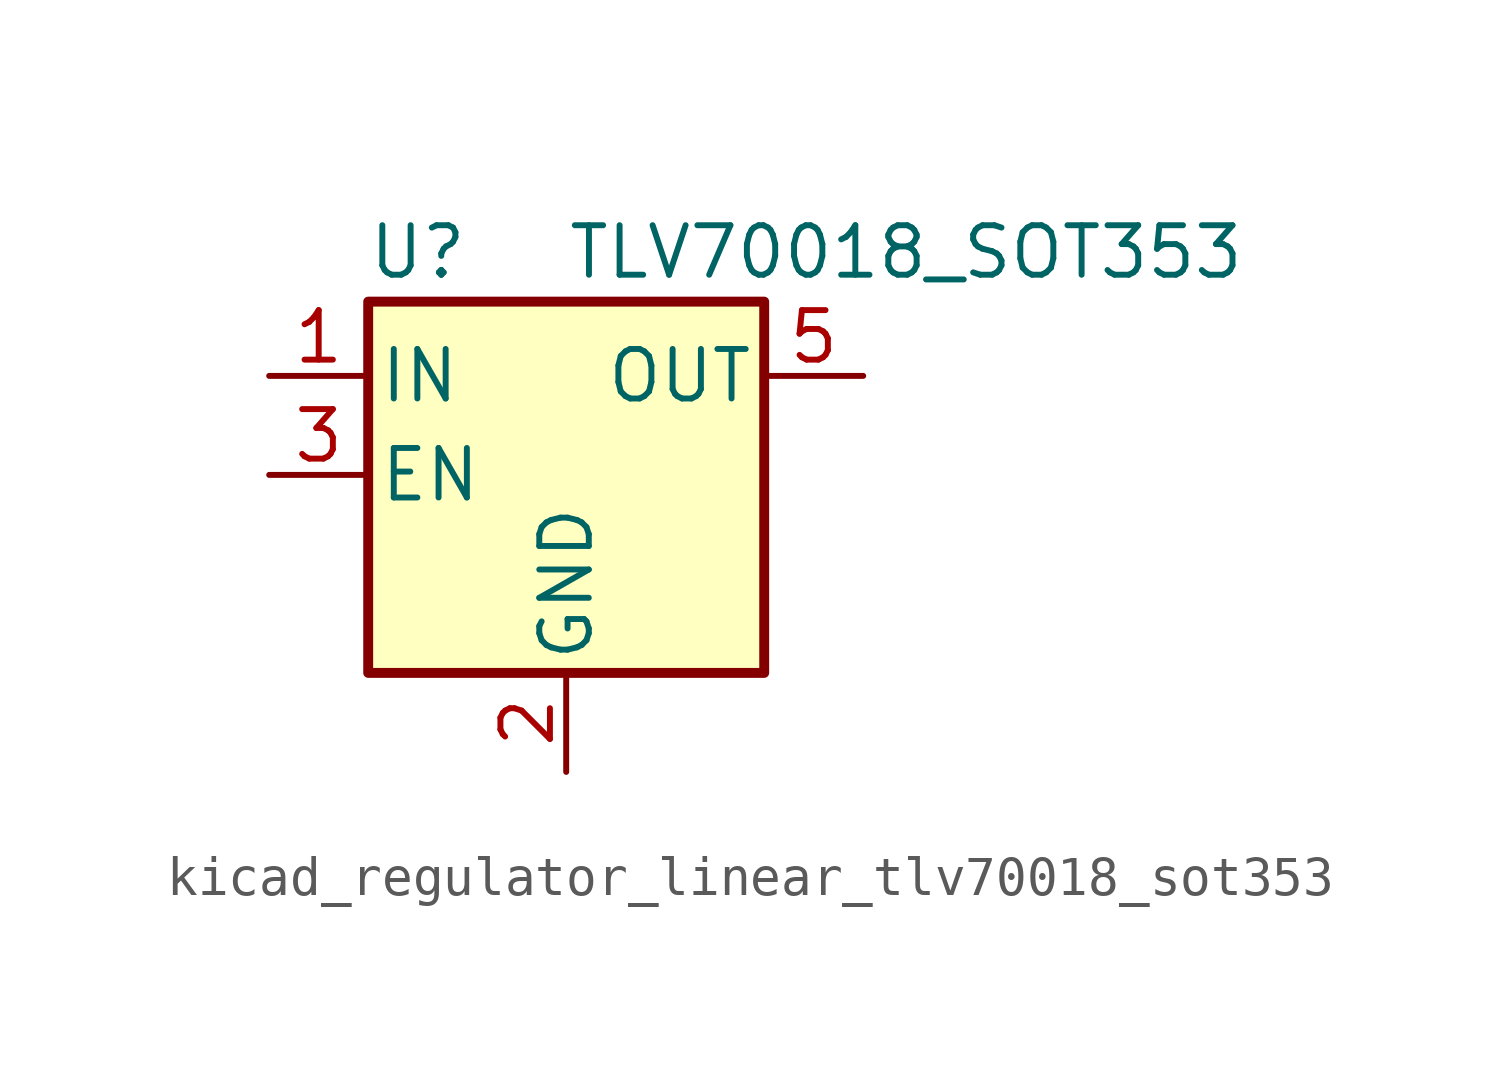
<source format=kicad_sym>
(kicad_symbol_lib
  (version 20220914)
  (generator kicad_symbol_editor)
  (symbol "kicad_regulator_linear_tlv70018_sot353"
    (pin_names
      (offset 0.254))
    (property "Reference" "U"
      (at -3.81 5.715 0)
      (effects (font (size 1.27 1.27))))
    (property "Value" "TLV70018_SOT353"
      (at 0 5.715 0)
      (effects (font (size 1.27 1.27)) (justify left)))
    (symbol "kicad_regulator_linear_tlv70018_sot353_0_1"
      (rectangle (start -5.08 4.445) (end 5.08 -5.08) (stroke (width 0.254) (type default)) (fill (type background))))
    (symbol "kicad_regulator_linear_tlv70018_sot353_1_1"
      (pin power_in line (at -7.62 2.54 0) (length 2.54) (name "IN" (effects (font (size 1.27 1.27)))) (number "1" (effects (font (size 1.27 1.27)))))
      (pin power_in line (at 0 -7.62 90) (length 2.54) (name "GND" (effects (font (size 1.27 1.27)))) (number "2" (effects (font (size 1.27 1.27)))))
      (pin input line (at -7.62 0 0) (length 2.54) (name "EN" (effects (font (size 1.27 1.27)))) (number "3" (effects (font (size 1.27 1.27)))))
      (pin no_connect line (at 5.08 0 180) (length 2.54) hide (name "NC" (effects (font (size 1.27 1.27)))) (number "4" (effects (font (size 1.27 1.27)))))
      (pin power_out line (at 7.62 2.54 180) (length 2.54) (name "OUT" (effects (font (size 1.27 1.27)))) (number "5" (effects (font (size 1.27 1.27))))))))
</source>
